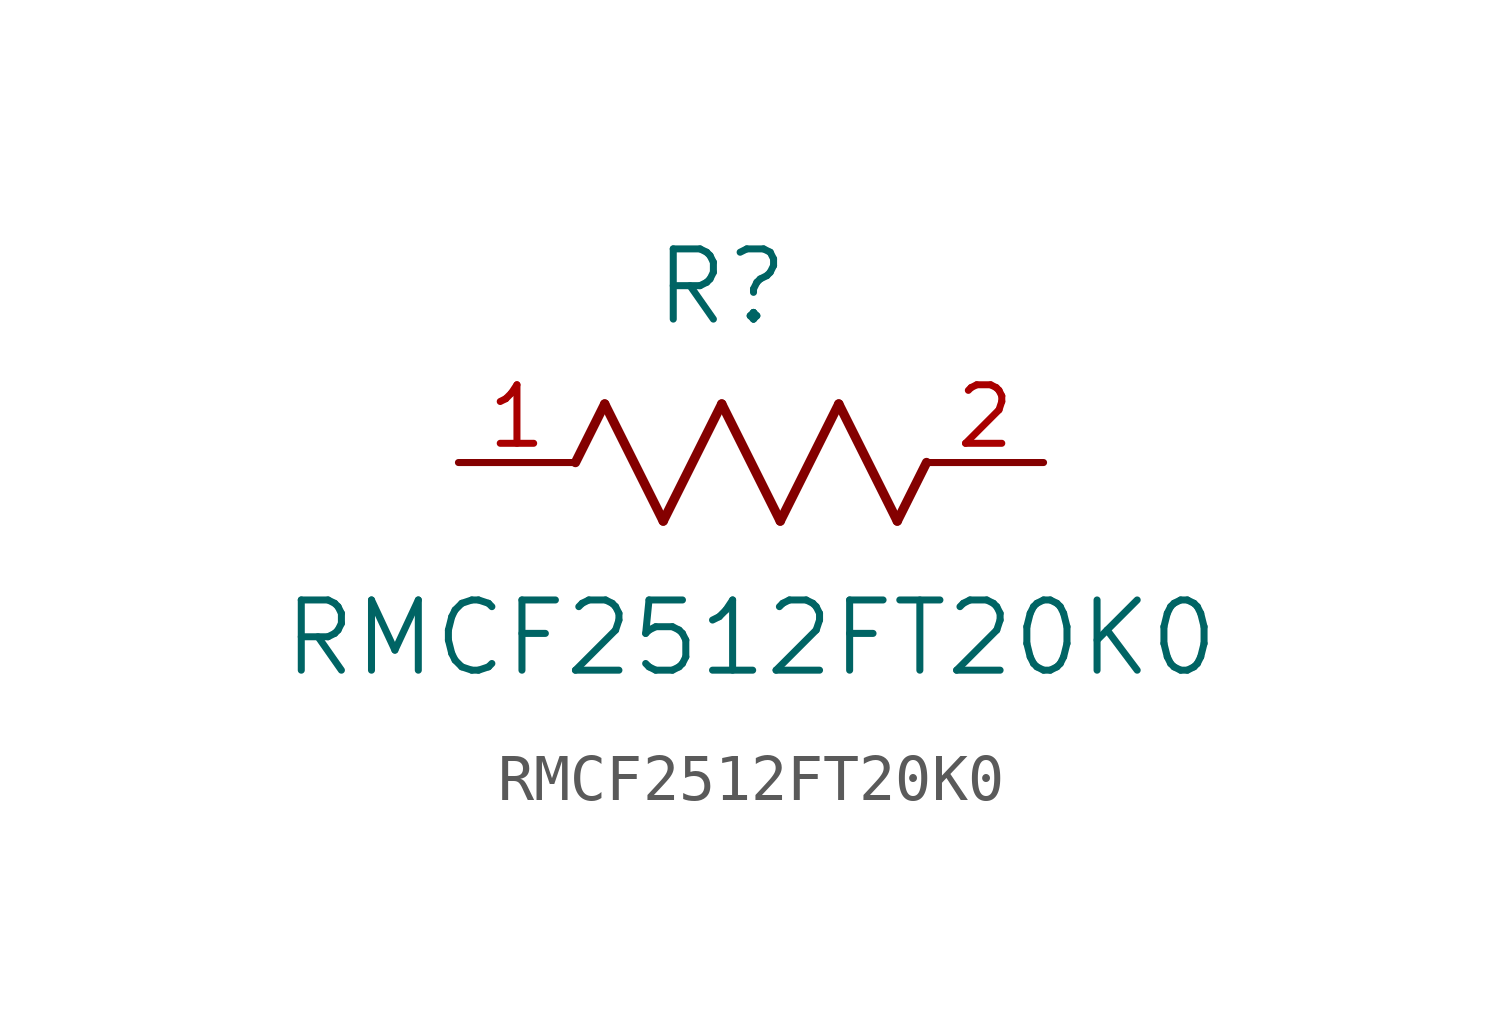
<source format=kicad_sym>
(kicad_symbol_lib
  (version 20211014)
  (generator kicad_symbol_editor)
  (symbol "RMCF2512FT20K0"
    (pin_names
      (offset 0.254))
    (property "Reference" "R"
      (at 5.715 3.81 0)
      (effects (font (size 1.524 1.524))))
    (property "Value" "RMCF2512FT20K0"
      (at 6.35 -3.81 0)
      (effects (font (size 1.524 1.524))))
    (symbol "RMCF2512FT20K0_0_1"
      (polyline (pts (xy 3.175 1.27) (xy 4.445 -1.27)) (stroke (width 0.203) (type default) (color 0 0 0 0)) (fill (type none)))
      (polyline (pts (xy 4.445 -1.27) (xy 5.715 1.27)) (stroke (width 0.203) (type default) (color 0 0 0 0)) (fill (type none)))
      (polyline (pts (xy 5.715 1.27) (xy 6.985 -1.27)) (stroke (width 0.203) (type default) (color 0 0 0 0)) (fill (type none)))
      (polyline (pts (xy 6.985 -1.27) (xy 8.255 1.27)) (stroke (width 0.203) (type default) (color 0 0 0 0)) (fill (type none)))
      (polyline (pts (xy 8.255 1.27) (xy 9.525 -1.27)) (stroke (width 0.203) (type default) (color 0 0 0 0)) (fill (type none)))
      (polyline (pts (xy 2.54 0) (xy 3.175 1.27)) (stroke (width 0.203) (type default) (color 0 0 0 0)) (fill (type none)))
      (polyline (pts (xy 9.525 -1.27) (xy 10.16 0)) (stroke (width 0.203) (type default) (color 0 0 0 0)) (fill (type none)))
      (pin unspecified line (at 0 0 0) (length 2.54) (name "" (effects (font (size 1.27 1.27)))) (number "1" (effects (font (size 1.27 1.27)))))
      (pin unspecified line (at 12.7 0 180) (length 2.54) (name "" (effects (font (size 1.27 1.27)))) (number "2" (effects (font (size 1.27 1.27))))))))
</source>
